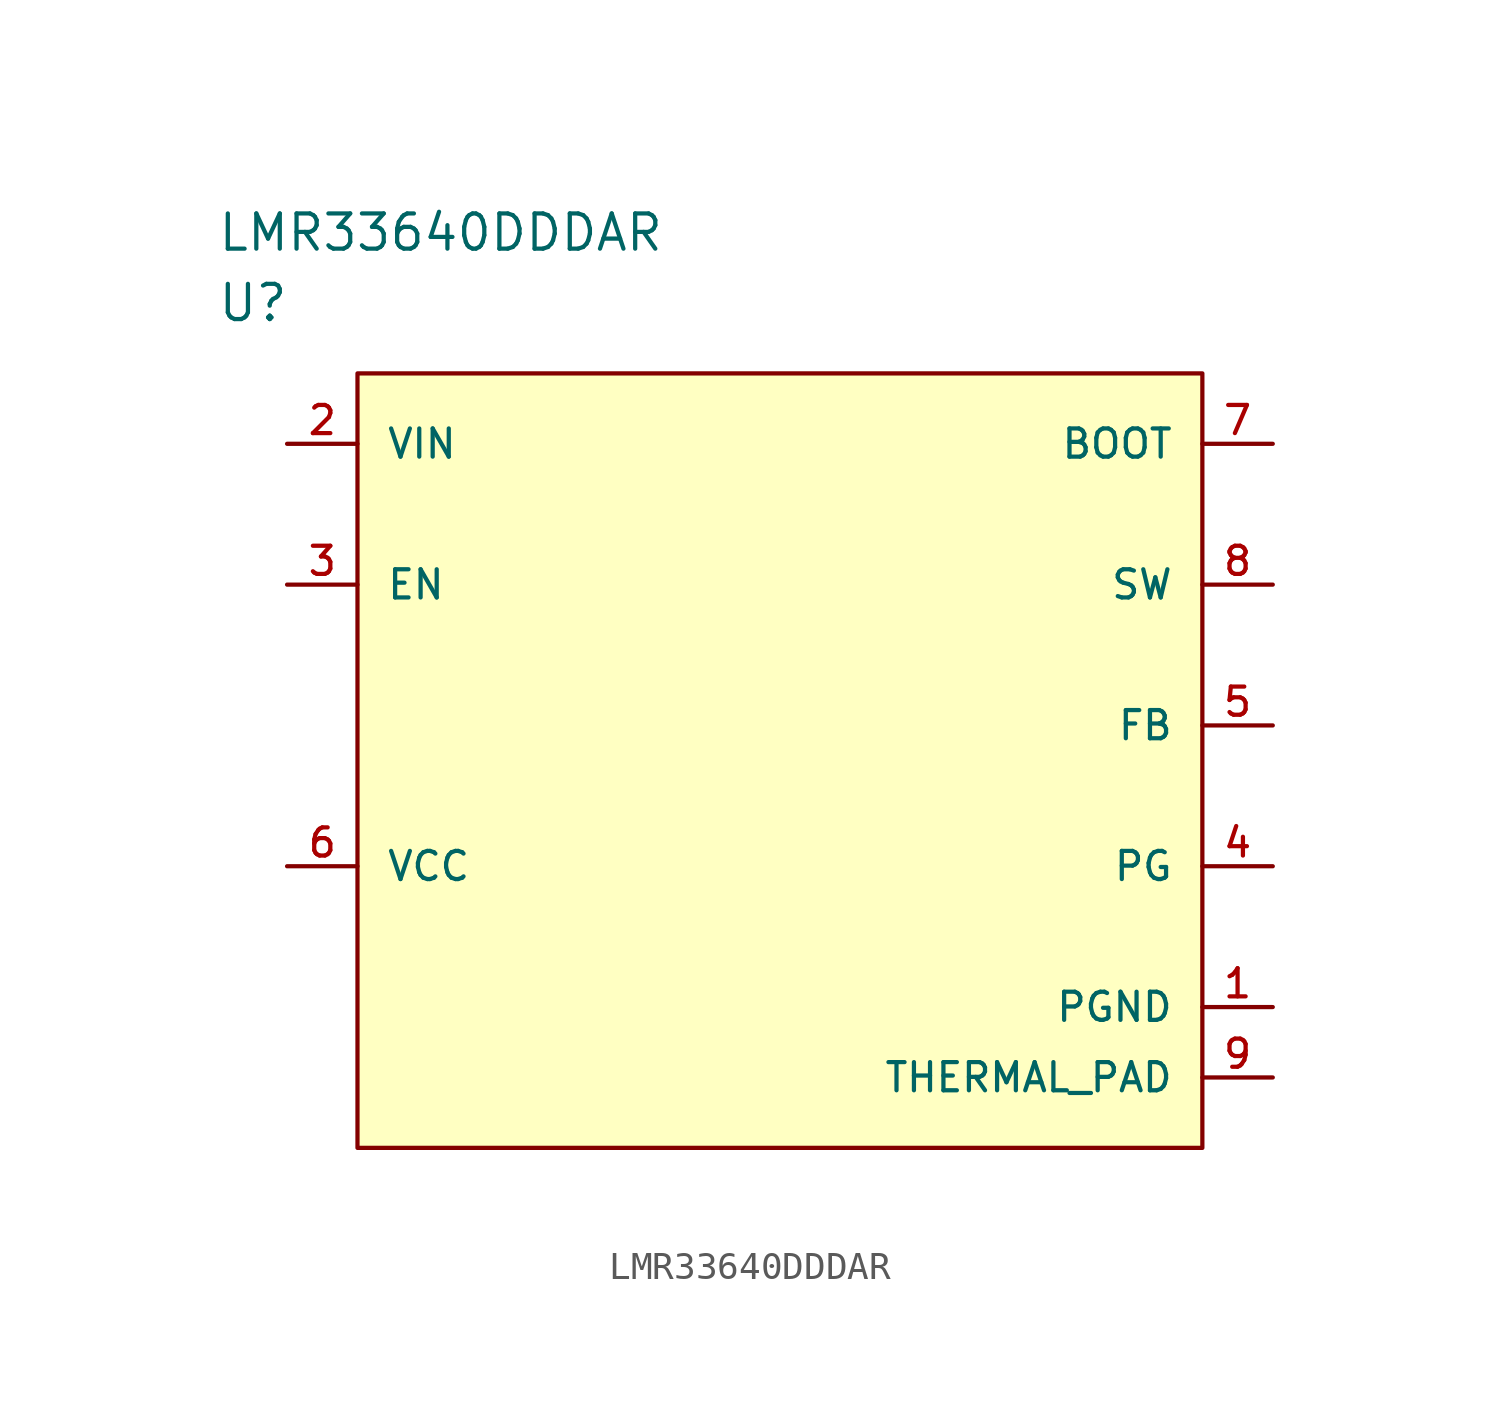
<source format=kicad_sym>
(kicad_symbol_lib
  (version 20220914)
  (generator kicad_symbol_editor)
  (symbol "LMR33640DDDAR"
    (pin_names
      (offset 1.016))
    (property "Reference" "U"
      (at 0 5.08 0)
      (effects (font (size 1.27 1.27)) (justify left)))
    (property "Value" "LMR33640DDDAR"
      (at 0 7.62 0)
      (effects (font (size 1.27 1.27)) (justify left)))
    (property "ki_locked" ""
      (at 0 0 0)
      (effects (font (size 1.27 1.27))))
    (symbol "LMR33640DDDAR_1_1"
      (rectangle (start 5.08 2.54) (end 35.56 -25.4) (stroke (width 0) (type solid)) (fill (type background)))
      (pin power_in line (at 38.1 -20.32 180) (length 2.54) (name "PGND" (effects (font (size 1.016 1.016)))) (number "1" (effects (font (size 1.016 1.016)))))
      (pin power_in line (at 2.54 0 0) (length 2.54) (name "VIN" (effects (font (size 1.016 1.016)))) (number "2" (effects (font (size 1.016 1.016)))))
      (pin input line (at 2.54 -5.08 0) (length 2.54) (name "EN" (effects (font (size 1.016 1.016)))) (number "3" (effects (font (size 1.016 1.016)))))
      (pin open_collector line (at 38.1 -15.24 180) (length 2.54) (name "PG" (effects (font (size 1.016 1.016)))) (number "4" (effects (font (size 1.016 1.016)))))
      (pin passive line (at 38.1 -10.16 180) (length 2.54) (name "FB" (effects (font (size 1.016 1.016)))) (number "5" (effects (font (size 1.016 1.016)))))
      (pin passive line (at 2.54 -15.24 0) (length 2.54) (name "VCC" (effects (font (size 1.016 1.016)))) (number "6" (effects (font (size 1.016 1.016)))))
      (pin passive line (at 38.1 0 180) (length 2.54) (name "BOOT" (effects (font (size 1.016 1.016)))) (number "7" (effects (font (size 1.016 1.016)))))
      (pin passive line (at 38.1 -5.08 180) (length 2.54) (name "SW" (effects (font (size 1.016 1.016)))) (number "8" (effects (font (size 1.016 1.016)))))
      (pin power_in line (at 38.1 -22.86 180) (length 2.54) (name "THERMAL_PAD" (effects (font (size 1.016 1.016)))) (number "9" (effects (font (size 1.016 1.016))))))))
</source>
